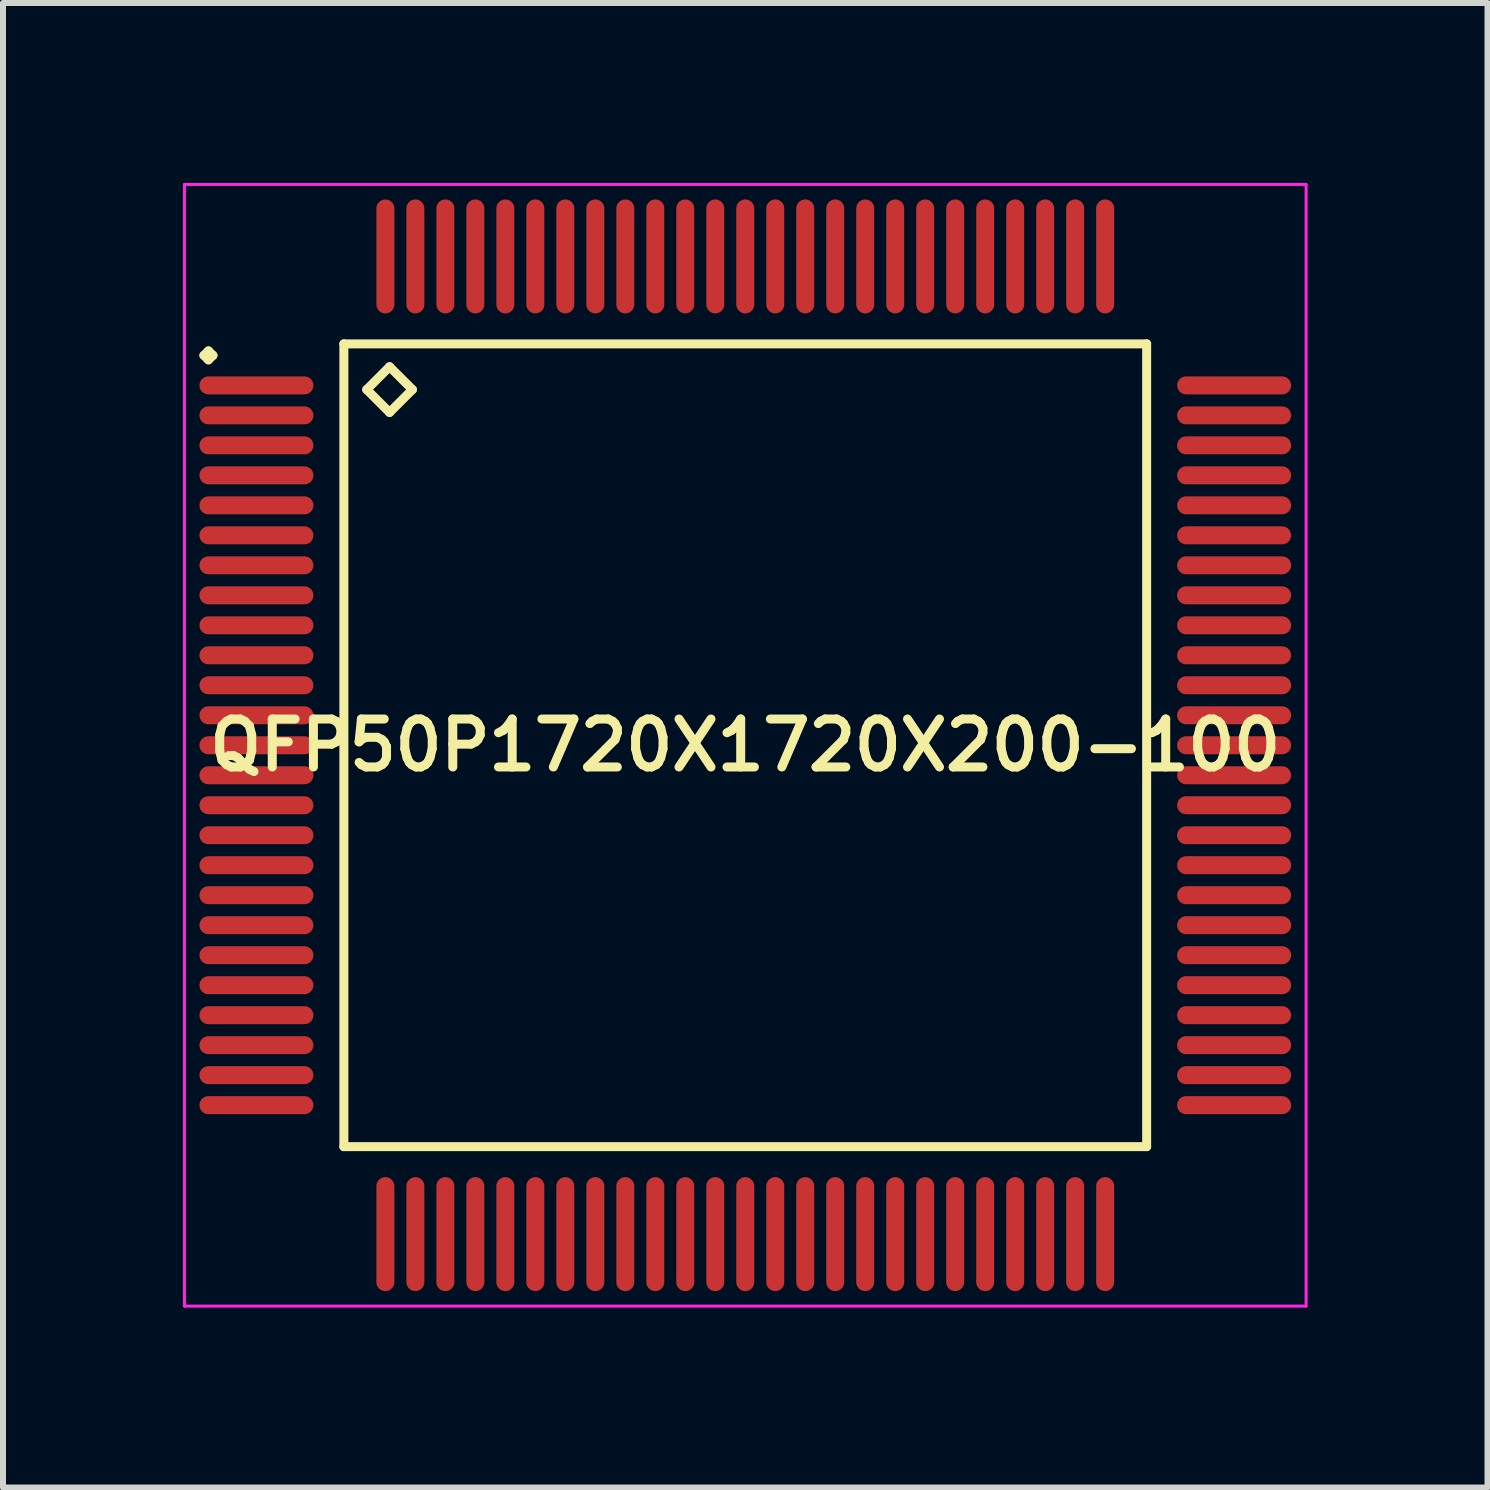
<source format=kicad_pcb>
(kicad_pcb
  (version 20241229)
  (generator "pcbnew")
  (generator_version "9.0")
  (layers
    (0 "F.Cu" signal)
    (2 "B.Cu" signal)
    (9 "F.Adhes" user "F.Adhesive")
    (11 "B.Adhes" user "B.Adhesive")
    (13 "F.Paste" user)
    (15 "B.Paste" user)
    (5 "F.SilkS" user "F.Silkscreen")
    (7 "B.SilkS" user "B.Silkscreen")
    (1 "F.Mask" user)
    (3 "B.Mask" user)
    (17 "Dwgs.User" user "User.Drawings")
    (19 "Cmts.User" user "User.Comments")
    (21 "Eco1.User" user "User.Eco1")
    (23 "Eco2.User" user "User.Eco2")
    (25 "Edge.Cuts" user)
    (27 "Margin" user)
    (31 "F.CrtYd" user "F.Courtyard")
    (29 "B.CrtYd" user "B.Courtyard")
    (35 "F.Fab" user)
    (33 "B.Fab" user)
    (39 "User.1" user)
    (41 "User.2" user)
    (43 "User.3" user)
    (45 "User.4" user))
  (footprint "QFP50P1720X1720X200-100"
    (layer "F.Cu")
    (at 9.375 9.375)
    (property "Reference" "QFP50P1720X1720X200-100" (at 0 0 0) (layer "F.SilkS") (effects (font (size 0.8 0.8) (thickness 0.15))))
    (attr smd)
    (fp_line (start -9.025 -6.5) (end -8.95 -6.575) (stroke (width 0.15) (type solid)) (layer "F.SilkS"))
    (fp_line (start -8.95 -6.575) (end -8.875 -6.5) (stroke (width 0.15) (type solid)) (layer "F.SilkS"))
    (fp_line (start -8.95 -6.425) (end -9.025 -6.5) (stroke (width 0.15) (type solid)) (layer "F.SilkS"))
    (fp_line (start -8.875 -6.5) (end -8.95 -6.425) (stroke (width 0.15) (type solid)) (layer "F.SilkS"))
    (fp_line (start -6.692 -6.692) (end -6.692 6.692) (stroke (width 0.15) (type solid)) (layer "F.SilkS"))
    (fp_line (start -6.692 6.692) (end 6.692 6.692) (stroke (width 0.15) (type solid)) (layer "F.SilkS"))
    (fp_line (start -6.311 -5.93) (end -5.93 -6.311) (stroke (width 0.15) (type solid)) (layer "F.SilkS"))
    (fp_line (start -5.93 -6.311) (end -5.549 -5.93) (stroke (width 0.15) (type solid)) (layer "F.SilkS"))
    (fp_line (start -5.93 -5.549) (end -6.311 -5.93) (stroke (width 0.15) (type solid)) (layer "F.SilkS"))
    (fp_line (start -5.549 -5.93) (end -5.93 -5.549) (stroke (width 0.15) (type solid)) (layer "F.SilkS"))
    (fp_line (start 6.692 -6.692) (end -6.692 -6.692) (stroke (width 0.15) (type solid)) (layer "F.SilkS"))
    (fp_line (start 6.692 6.692) (end 6.692 -6.692) (stroke (width 0.15) (type solid)) (layer "F.SilkS"))
    (fp_line (start -9.35 -9.35) (end 9.35 -9.35) (stroke (width 0.05) (type solid)) (layer "F.CrtYd"))
    (fp_line (start -9.35 9.35) (end -9.35 -9.35) (stroke (width 0.05) (type solid)) (layer "F.CrtYd"))
    (fp_line (start 9.35 -9.35) (end 9.35 9.35) (stroke (width 0.05) (type solid)) (layer "F.CrtYd"))
    (fp_line (start 9.35 9.35) (end -9.35 9.35) (stroke (width 0.05) (type solid)) (layer "F.CrtYd"))
    (pad "1" smd oval (at -8.15 -6) (size 1.9 0.3) (layers "F.Cu" "F.Mask" "F.Paste"))
    (pad "2" smd oval (at -8.15 -5.5) (size 1.9 0.3) (layers "F.Cu" "F.Mask" "F.Paste"))
    (pad "3" smd oval (at -8.15 -5) (size 1.9 0.3) (layers "F.Cu" "F.Mask" "F.Paste"))
    (pad "4" smd oval (at -8.15 -4.5) (size 1.9 0.3) (layers "F.Cu" "F.Mask" "F.Paste"))
    (pad "5" smd oval (at -8.15 -4) (size 1.9 0.3) (layers "F.Cu" "F.Mask" "F.Paste"))
    (pad "6" smd oval (at -8.15 -3.5) (size 1.9 0.3) (layers "F.Cu" "F.Mask" "F.Paste"))
    (pad "7" smd oval (at -8.15 -3) (size 1.9 0.3) (layers "F.Cu" "F.Mask" "F.Paste"))
    (pad "8" smd oval (at -8.15 -2.5) (size 1.9 0.3) (layers "F.Cu" "F.Mask" "F.Paste"))
    (pad "9" smd oval (at -8.15 -2) (size 1.9 0.3) (layers "F.Cu" "F.Mask" "F.Paste"))
    (pad "10" smd oval (at -8.15 -1.5) (size 1.9 0.3) (layers "F.Cu" "F.Mask" "F.Paste"))
    (pad "11" smd oval (at -8.15 -1) (size 1.9 0.3) (layers "F.Cu" "F.Mask" "F.Paste"))
    (pad "12" smd oval (at -8.15 -0.5) (size 1.9 0.3) (layers "F.Cu" "F.Mask" "F.Paste"))
    (pad "13" smd oval (at -8.15 0) (size 1.9 0.3) (layers "F.Cu" "F.Mask" "F.Paste"))
    (pad "14" smd oval (at -8.15 0.5) (size 1.9 0.3) (layers "F.Cu" "F.Mask" "F.Paste"))
    (pad "15" smd oval (at -8.15 1) (size 1.9 0.3) (layers "F.Cu" "F.Mask" "F.Paste"))
    (pad "16" smd oval (at -8.15 1.5) (size 1.9 0.3) (layers "F.Cu" "F.Mask" "F.Paste"))
    (pad "17" smd oval (at -8.15 2) (size 1.9 0.3) (layers "F.Cu" "F.Mask" "F.Paste"))
    (pad "18" smd oval (at -8.15 2.5) (size 1.9 0.3) (layers "F.Cu" "F.Mask" "F.Paste"))
    (pad "19" smd oval (at -8.15 3) (size 1.9 0.3) (layers "F.Cu" "F.Mask" "F.Paste"))
    (pad "20" smd oval (at -8.15 3.5) (size 1.9 0.3) (layers "F.Cu" "F.Mask" "F.Paste"))
    (pad "21" smd oval (at -8.15 4) (size 1.9 0.3) (layers "F.Cu" "F.Mask" "F.Paste"))
    (pad "22" smd oval (at -8.15 4.5) (size 1.9 0.3) (layers "F.Cu" "F.Mask" "F.Paste"))
    (pad "23" smd oval (at -8.15 5) (size 1.9 0.3) (layers "F.Cu" "F.Mask" "F.Paste"))
    (pad "24" smd oval (at -8.15 5.5) (size 1.9 0.3) (layers "F.Cu" "F.Mask" "F.Paste"))
    (pad "25" smd oval (at -8.15 6) (size 1.9 0.3) (layers "F.Cu" "F.Mask" "F.Paste"))
    (pad "26" smd oval (at -6 8.15) (size 0.3 1.9) (layers "F.Cu" "F.Mask" "F.Paste"))
    (pad "27" smd oval (at -5.5 8.15) (size 0.3 1.9) (layers "F.Cu" "F.Mask" "F.Paste"))
    (pad "28" smd oval (at -5 8.15) (size 0.3 1.9) (layers "F.Cu" "F.Mask" "F.Paste"))
    (pad "29" smd oval (at -4.5 8.15) (size 0.3 1.9) (layers "F.Cu" "F.Mask" "F.Paste"))
    (pad "30" smd oval (at -4 8.15) (size 0.3 1.9) (layers "F.Cu" "F.Mask" "F.Paste"))
    (pad "31" smd oval (at -3.5 8.15) (size 0.3 1.9) (layers "F.Cu" "F.Mask" "F.Paste"))
    (pad "32" smd oval (at -3 8.15) (size 0.3 1.9) (layers "F.Cu" "F.Mask" "F.Paste"))
    (pad "33" smd oval (at -2.5 8.15) (size 0.3 1.9) (layers "F.Cu" "F.Mask" "F.Paste"))
    (pad "34" smd oval (at -2 8.15) (size 0.3 1.9) (layers "F.Cu" "F.Mask" "F.Paste"))
    (pad "35" smd oval (at -1.5 8.15) (size 0.3 1.9) (layers "F.Cu" "F.Mask" "F.Paste"))
    (pad "36" smd oval (at -1 8.15) (size 0.3 1.9) (layers "F.Cu" "F.Mask" "F.Paste"))
    (pad "37" smd oval (at -0.5 8.15) (size 0.3 1.9) (layers "F.Cu" "F.Mask" "F.Paste"))
    (pad "38" smd oval (at 0 8.15) (size 0.3 1.9) (layers "F.Cu" "F.Mask" "F.Paste"))
    (pad "39" smd oval (at 0.5 8.15) (size 0.3 1.9) (layers "F.Cu" "F.Mask" "F.Paste"))
    (pad "40" smd oval (at 1 8.15) (size 0.3 1.9) (layers "F.Cu" "F.Mask" "F.Paste"))
    (pad "41" smd oval (at 1.5 8.15) (size 0.3 1.9) (layers "F.Cu" "F.Mask" "F.Paste"))
    (pad "42" smd oval (at 2 8.15) (size 0.3 1.9) (layers "F.Cu" "F.Mask" "F.Paste"))
    (pad "43" smd oval (at 2.5 8.15) (size 0.3 1.9) (layers "F.Cu" "F.Mask" "F.Paste"))
    (pad "44" smd oval (at 3 8.15) (size 0.3 1.9) (layers "F.Cu" "F.Mask" "F.Paste"))
    (pad "45" smd oval (at 3.5 8.15) (size 0.3 1.9) (layers "F.Cu" "F.Mask" "F.Paste"))
    (pad "46" smd oval (at 4 8.15) (size 0.3 1.9) (layers "F.Cu" "F.Mask" "F.Paste"))
    (pad "47" smd oval (at 4.5 8.15) (size 0.3 1.9) (layers "F.Cu" "F.Mask" "F.Paste"))
    (pad "48" smd oval (at 5 8.15) (size 0.3 1.9) (layers "F.Cu" "F.Mask" "F.Paste"))
    (pad "49" smd oval (at 5.5 8.15) (size 0.3 1.9) (layers "F.Cu" "F.Mask" "F.Paste"))
    (pad "50" smd oval (at 6 8.15) (size 0.3 1.9) (layers "F.Cu" "F.Mask" "F.Paste"))
    (pad "51" smd oval (at 8.15 6) (size 1.9 0.3) (layers "F.Cu" "F.Mask" "F.Paste"))
    (pad "52" smd oval (at 8.15 5.5) (size 1.9 0.3) (layers "F.Cu" "F.Mask" "F.Paste"))
    (pad "53" smd oval (at 8.15 5) (size 1.9 0.3) (layers "F.Cu" "F.Mask" "F.Paste"))
    (pad "54" smd oval (at 8.15 4.5) (size 1.9 0.3) (layers "F.Cu" "F.Mask" "F.Paste"))
    (pad "55" smd oval (at 8.15 4) (size 1.9 0.3) (layers "F.Cu" "F.Mask" "F.Paste"))
    (pad "56" smd oval (at 8.15 3.5) (size 1.9 0.3) (layers "F.Cu" "F.Mask" "F.Paste"))
    (pad "57" smd oval (at 8.15 3) (size 1.9 0.3) (layers "F.Cu" "F.Mask" "F.Paste"))
    (pad "58" smd oval (at 8.15 2.5) (size 1.9 0.3) (layers "F.Cu" "F.Mask" "F.Paste"))
    (pad "59" smd oval (at 8.15 2) (size 1.9 0.3) (layers "F.Cu" "F.Mask" "F.Paste"))
    (pad "60" smd oval (at 8.15 1.5) (size 1.9 0.3) (layers "F.Cu" "F.Mask" "F.Paste"))
    (pad "61" smd oval (at 8.15 1) (size 1.9 0.3) (layers "F.Cu" "F.Mask" "F.Paste"))
    (pad "62" smd oval (at 8.15 0.5) (size 1.9 0.3) (layers "F.Cu" "F.Mask" "F.Paste"))
    (pad "63" smd oval (at 8.15 0) (size 1.9 0.3) (layers "F.Cu" "F.Mask" "F.Paste"))
    (pad "64" smd oval (at 8.15 -0.5) (size 1.9 0.3) (layers "F.Cu" "F.Mask" "F.Paste"))
    (pad "65" smd oval (at 8.15 -1) (size 1.9 0.3) (layers "F.Cu" "F.Mask" "F.Paste"))
    (pad "66" smd oval (at 8.15 -1.5) (size 1.9 0.3) (layers "F.Cu" "F.Mask" "F.Paste"))
    (pad "67" smd oval (at 8.15 -2) (size 1.9 0.3) (layers "F.Cu" "F.Mask" "F.Paste"))
    (pad "68" smd oval (at 8.15 -2.5) (size 1.9 0.3) (layers "F.Cu" "F.Mask" "F.Paste"))
    (pad "69" smd oval (at 8.15 -3) (size 1.9 0.3) (layers "F.Cu" "F.Mask" "F.Paste"))
    (pad "70" smd oval (at 8.15 -3.5) (size 1.9 0.3) (layers "F.Cu" "F.Mask" "F.Paste"))
    (pad "71" smd oval (at 8.15 -4) (size 1.9 0.3) (layers "F.Cu" "F.Mask" "F.Paste"))
    (pad "72" smd oval (at 8.15 -4.5) (size 1.9 0.3) (layers "F.Cu" "F.Mask" "F.Paste"))
    (pad "73" smd oval (at 8.15 -5) (size 1.9 0.3) (layers "F.Cu" "F.Mask" "F.Paste"))
    (pad "74" smd oval (at 8.15 -5.5) (size 1.9 0.3) (layers "F.Cu" "F.Mask" "F.Paste"))
    (pad "75" smd oval (at 8.15 -6) (size 1.9 0.3) (layers "F.Cu" "F.Mask" "F.Paste"))
    (pad "76" smd oval (at 6 -8.15) (size 0.3 1.9) (layers "F.Cu" "F.Mask" "F.Paste"))
    (pad "77" smd oval (at 5.5 -8.15) (size 0.3 1.9) (layers "F.Cu" "F.Mask" "F.Paste"))
    (pad "78" smd oval (at 5 -8.15) (size 0.3 1.9) (layers "F.Cu" "F.Mask" "F.Paste"))
    (pad "79" smd oval (at 4.5 -8.15) (size 0.3 1.9) (layers "F.Cu" "F.Mask" "F.Paste"))
    (pad "80" smd oval (at 4 -8.15) (size 0.3 1.9) (layers "F.Cu" "F.Mask" "F.Paste"))
    (pad "81" smd oval (at 3.5 -8.15) (size 0.3 1.9) (layers "F.Cu" "F.Mask" "F.Paste"))
    (pad "82" smd oval (at 3 -8.15) (size 0.3 1.9) (layers "F.Cu" "F.Mask" "F.Paste"))
    (pad "83" smd oval (at 2.5 -8.15) (size 0.3 1.9) (layers "F.Cu" "F.Mask" "F.Paste"))
    (pad "84" smd oval (at 2 -8.15) (size 0.3 1.9) (layers "F.Cu" "F.Mask" "F.Paste"))
    (pad "85" smd oval (at 1.5 -8.15) (size 0.3 1.9) (layers "F.Cu" "F.Mask" "F.Paste"))
    (pad "86" smd oval (at 1 -8.15) (size 0.3 1.9) (layers "F.Cu" "F.Mask" "F.Paste"))
    (pad "87" smd oval (at 0.5 -8.15) (size 0.3 1.9) (layers "F.Cu" "F.Mask" "F.Paste"))
    (pad "88" smd oval (at 0 -8.15) (size 0.3 1.9) (layers "F.Cu" "F.Mask" "F.Paste"))
    (pad "89" smd oval (at -0.5 -8.15) (size 0.3 1.9) (layers "F.Cu" "F.Mask" "F.Paste"))
    (pad "90" smd oval (at -1 -8.15) (size 0.3 1.9) (layers "F.Cu" "F.Mask" "F.Paste"))
    (pad "91" smd oval (at -1.5 -8.15) (size 0.3 1.9) (layers "F.Cu" "F.Mask" "F.Paste"))
    (pad "92" smd oval (at -2 -8.15) (size 0.3 1.9) (layers "F.Cu" "F.Mask" "F.Paste"))
    (pad "93" smd oval (at -2.5 -8.15) (size 0.3 1.9) (layers "F.Cu" "F.Mask" "F.Paste"))
    (pad "94" smd oval (at -3 -8.15) (size 0.3 1.9) (layers "F.Cu" "F.Mask" "F.Paste"))
    (pad "95" smd oval (at -3.5 -8.15) (size 0.3 1.9) (layers "F.Cu" "F.Mask" "F.Paste"))
    (pad "96" smd oval (at -4 -8.15) (size 0.3 1.9) (layers "F.Cu" "F.Mask" "F.Paste"))
    (pad "97" smd oval (at -4.5 -8.15) (size 0.3 1.9) (layers "F.Cu" "F.Mask" "F.Paste"))
    (pad "98" smd oval (at -5 -8.15) (size 0.3 1.9) (layers "F.Cu" "F.Mask" "F.Paste"))
    (pad "99" smd oval (at -5.5 -8.15) (size 0.3 1.9) (layers "F.Cu" "F.Mask" "F.Paste"))
    (pad "100" smd oval (at -6 -8.15) (size 0.3 1.9) (layers "F.Cu" "F.Mask" "F.Paste")))
  (gr_rect
    (start -3 -3)
    (end 21.75 21.75)
    (stroke (width 0.1) (type default))
    (fill no)
    (layer "Edge.Cuts")))
</source>
